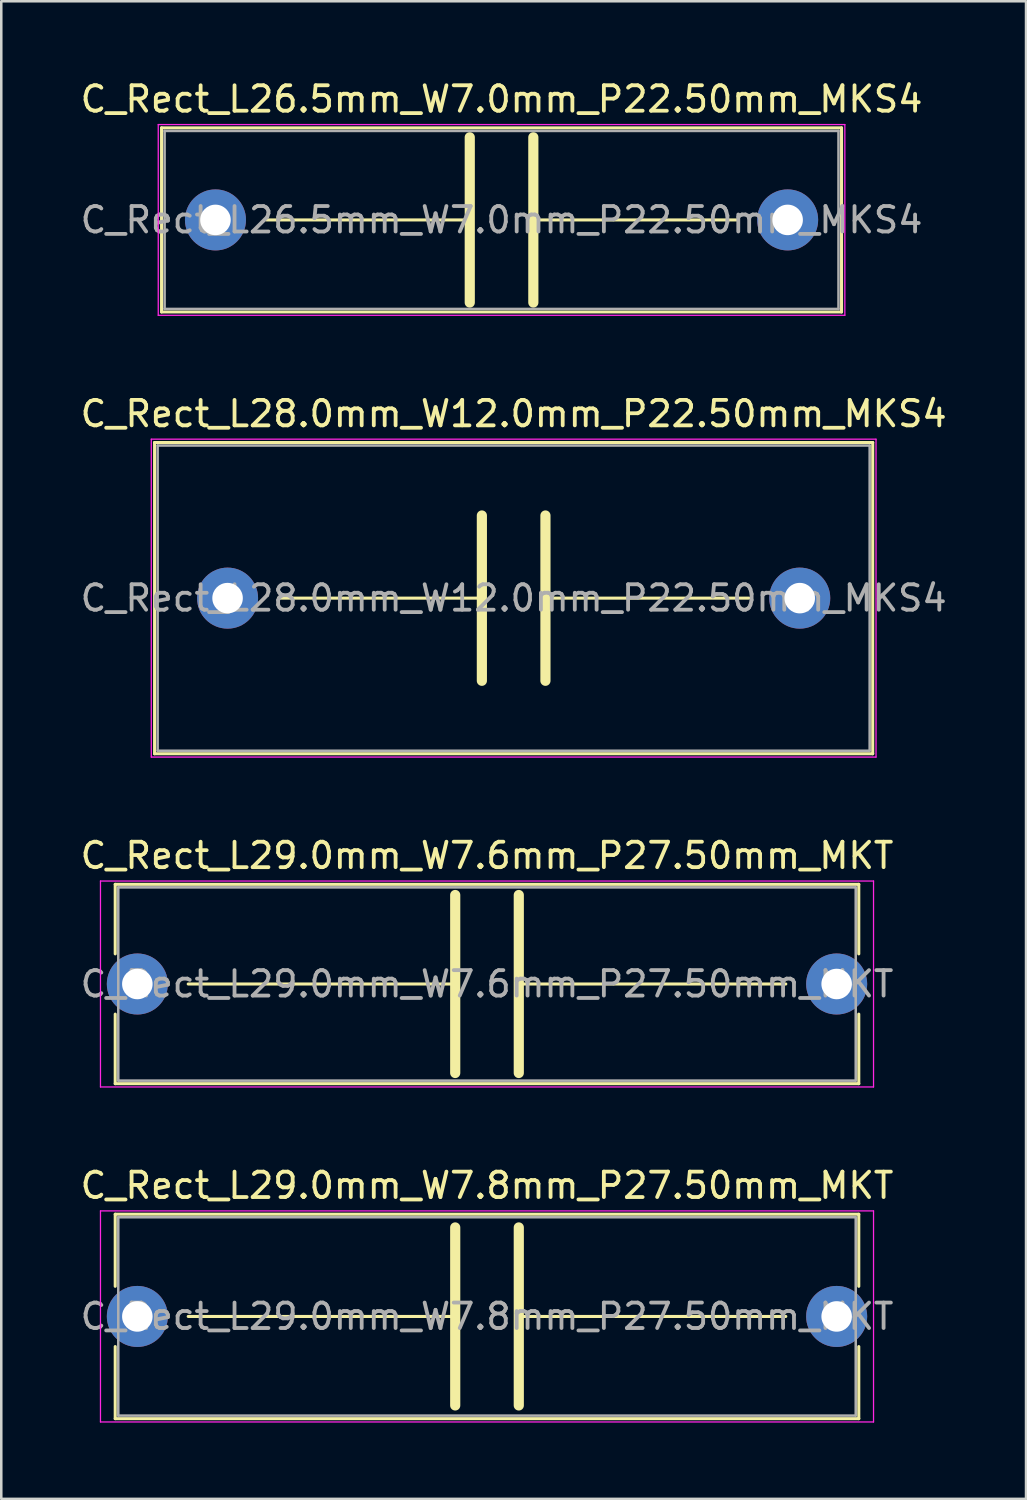
<source format=kicad_pcb>
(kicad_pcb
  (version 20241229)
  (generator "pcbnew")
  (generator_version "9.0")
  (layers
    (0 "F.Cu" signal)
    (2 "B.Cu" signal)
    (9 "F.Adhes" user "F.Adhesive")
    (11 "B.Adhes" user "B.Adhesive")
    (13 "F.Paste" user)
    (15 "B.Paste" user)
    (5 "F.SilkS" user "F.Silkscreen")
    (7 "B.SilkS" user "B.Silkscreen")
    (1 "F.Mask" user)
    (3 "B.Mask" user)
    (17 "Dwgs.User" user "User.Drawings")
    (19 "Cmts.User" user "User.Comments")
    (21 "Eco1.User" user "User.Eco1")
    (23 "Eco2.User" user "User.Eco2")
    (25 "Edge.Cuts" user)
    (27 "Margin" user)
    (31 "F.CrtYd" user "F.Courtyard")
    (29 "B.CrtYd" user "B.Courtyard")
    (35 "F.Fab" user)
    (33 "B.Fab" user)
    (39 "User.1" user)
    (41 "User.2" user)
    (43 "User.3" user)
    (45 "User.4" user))
  (footprint "C_Rect_L26.5mm_W7.0mm_P22.50mm_MKS4"
    (layer "F.Cu")
    (at 5.423 5.598)
    (property "Reference" "C_Rect_L26.5mm_W7.0mm_P22.50mm_MKS4" (at 11.25 -4.75 0) (layer "F.SilkS") (effects (font (size 1 1) (thickness 0.15))))
    (attr through_hole)
    (fp_line (start -2.12 -3.62) (end -2.12 3.62) (stroke (width 0.12) (type solid)) (layer "F.SilkS"))
    (fp_line (start -2.12 -3.62) (end 24.62 -3.62) (stroke (width 0.12) (type solid)) (layer "F.SilkS"))
    (fp_line (start -2.12 3.62) (end 24.62 3.62) (stroke (width 0.12) (type solid)) (layer "F.SilkS"))
    (fp_line (start 2 0) (end 10 0) (stroke (width 0.12) (type solid)) (layer "F.SilkS"))
    (fp_line (start 10 -3.25) (end 10 3.25) (stroke (width 0.4) (type solid)) (layer "F.SilkS"))
    (fp_line (start 12.5 -3.25) (end 12.5 3.25) (stroke (width 0.4) (type solid)) (layer "F.SilkS"))
    (fp_line (start 12.5 0) (end 20.5 0) (stroke (width 0.12) (type solid)) (layer "F.SilkS"))
    (fp_line (start 24.62 -3.62) (end 24.62 3.62) (stroke (width 0.12) (type solid)) (layer "F.SilkS"))
    (fp_line (start -2.25 -3.75) (end -2.25 3.75) (stroke (width 0.05) (type solid)) (layer "F.CrtYd"))
    (fp_line (start -2.25 3.75) (end 24.75 3.75) (stroke (width 0.05) (type solid)) (layer "F.CrtYd"))
    (fp_line (start 24.75 -3.75) (end -2.25 -3.75) (stroke (width 0.05) (type solid)) (layer "F.CrtYd"))
    (fp_line (start 24.75 3.75) (end 24.75 -3.75) (stroke (width 0.05) (type solid)) (layer "F.CrtYd"))
    (fp_line (start -2 -3.5) (end -2 3.5) (stroke (width 0.1) (type solid)) (layer "F.Fab"))
    (fp_line (start -2 3.5) (end 24.5 3.5) (stroke (width 0.1) (type solid)) (layer "F.Fab"))
    (fp_line (start 24.5 -3.5) (end -2 -3.5) (stroke (width 0.1) (type solid)) (layer "F.Fab"))
    (fp_line (start 24.5 3.5) (end 24.5 -3.5) (stroke (width 0.1) (type solid)) (layer "F.Fab"))
    (fp_text user "${REFERENCE}" (at 11.25 0 0) (layer "F.Fab") (effects (font (size 1 1) (thickness 0.15))))
    (pad "1" thru_hole circle (at 0 0) (size 2.4 2.4) (drill 1.2) (layers "*.Cu" "*.Mask"))
    (pad "2" thru_hole circle (at 22.5 0) (size 2.4 2.4) (drill 1.2) (layers "*.Cu" "*.Mask")))
  (footprint "C_Rect_L28.0mm_W12.0mm_P22.50mm_MKS4"
    (layer "F.Cu")
    (at 5.899 20.471)
    (property "Reference" "C_Rect_L28.0mm_W12.0mm_P22.50mm_MKS4" (at 11.25 -7.25 0) (layer "F.SilkS") (effects (font (size 1 1) (thickness 0.15))))
    (attr through_hole)
    (fp_line (start -2.87 -6.12) (end -2.87 6.12) (stroke (width 0.12) (type solid)) (layer "F.SilkS"))
    (fp_line (start -2.87 -6.12) (end 25.37 -6.12) (stroke (width 0.12) (type solid)) (layer "F.SilkS"))
    (fp_line (start -2.87 6.12) (end 25.37 6.12) (stroke (width 0.12) (type solid)) (layer "F.SilkS"))
    (fp_line (start 2 0) (end 10 0) (stroke (width 0.12) (type solid)) (layer "F.SilkS"))
    (fp_line (start 10 -3.25) (end 10 3.25) (stroke (width 0.4) (type solid)) (layer "F.SilkS"))
    (fp_line (start 12.5 -3.25) (end 12.5 3.25) (stroke (width 0.4) (type solid)) (layer "F.SilkS"))
    (fp_line (start 12.5 0) (end 20.5 0) (stroke (width 0.12) (type solid)) (layer "F.SilkS"))
    (fp_line (start 25.37 -6.12) (end 25.37 6.12) (stroke (width 0.12) (type solid)) (layer "F.SilkS"))
    (fp_line (start -3 -6.25) (end -3 6.25) (stroke (width 0.05) (type solid)) (layer "F.CrtYd"))
    (fp_line (start -3 6.25) (end 25.5 6.25) (stroke (width 0.05) (type solid)) (layer "F.CrtYd"))
    (fp_line (start 25.5 -6.25) (end -3 -6.25) (stroke (width 0.05) (type solid)) (layer "F.CrtYd"))
    (fp_line (start 25.5 6.25) (end 25.5 -6.25) (stroke (width 0.05) (type solid)) (layer "F.CrtYd"))
    (fp_line (start -2.75 -6) (end -2.75 6) (stroke (width 0.1) (type solid)) (layer "F.Fab"))
    (fp_line (start -2.75 6) (end 25.25 6) (stroke (width 0.1) (type solid)) (layer "F.Fab"))
    (fp_line (start 25.25 -6) (end -2.75 -6) (stroke (width 0.1) (type solid)) (layer "F.Fab"))
    (fp_line (start 25.25 6) (end 25.25 -6) (stroke (width 0.1) (type solid)) (layer "F.Fab"))
    (fp_text user "${REFERENCE}" (at 11.25 0 0) (layer "F.Fab") (effects (font (size 1 1) (thickness 0.15))))
    (pad "1" thru_hole circle (at 0 0) (size 2.4 2.4) (drill 1.2) (layers "*.Cu" "*.Mask"))
    (pad "2" thru_hole circle (at 22.5 0) (size 2.4 2.4) (drill 1.2) (layers "*.Cu" "*.Mask")))
  (footprint "C_Rect_L29.0mm_W7.8mm_P27.50mm_MKT"
    (layer "F.Cu")
    (at 2.351 48.718)
    (property "Reference" "C_Rect_L29.0mm_W7.8mm_P27.50mm_MKT" (at 13.75 -5.15 0) (layer "F.SilkS") (effects (font (size 1 1) (thickness 0.15))))
    (attr through_hole)
    (fp_line (start -0.87 -4.02) (end -0.87 -1.185) (stroke (width 0.12) (type solid)) (layer "F.SilkS"))
    (fp_line (start -0.87 -4.02) (end 28.37 -4.02) (stroke (width 0.12) (type solid)) (layer "F.SilkS"))
    (fp_line (start -0.87 1.185) (end -0.87 4.02) (stroke (width 0.12) (type solid)) (layer "F.SilkS"))
    (fp_line (start -0.87 4.02) (end 28.37 4.02) (stroke (width 0.12) (type solid)) (layer "F.SilkS"))
    (fp_line (start 2 0) (end 12.5 0) (stroke (width 0.12) (type solid)) (layer "F.SilkS"))
    (fp_line (start 12.5 -3.5) (end 12.5 3.5) (stroke (width 0.4) (type solid)) (layer "F.SilkS"))
    (fp_line (start 15 -3.5) (end 15 3.5) (stroke (width 0.4) (type solid)) (layer "F.SilkS"))
    (fp_line (start 15 0) (end 25.5 0) (stroke (width 0.12) (type solid)) (layer "F.SilkS"))
    (fp_line (start 28.37 -4.02) (end 28.37 -1.185) (stroke (width 0.12) (type solid)) (layer "F.SilkS"))
    (fp_line (start 28.37 1.185) (end 28.37 4.02) (stroke (width 0.12) (type solid)) (layer "F.SilkS"))
    (fp_line (start -1.45 -4.15) (end -1.45 4.15) (stroke (width 0.05) (type solid)) (layer "F.CrtYd"))
    (fp_line (start -1.45 4.15) (end 28.95 4.15) (stroke (width 0.05) (type solid)) (layer "F.CrtYd"))
    (fp_line (start 28.95 -4.15) (end -1.45 -4.15) (stroke (width 0.05) (type solid)) (layer "F.CrtYd"))
    (fp_line (start 28.95 4.15) (end 28.95 -4.15) (stroke (width 0.05) (type solid)) (layer "F.CrtYd"))
    (fp_line (start -0.75 -3.9) (end -0.75 3.9) (stroke (width 0.1) (type solid)) (layer "F.Fab"))
    (fp_line (start -0.75 3.9) (end 28.25 3.9) (stroke (width 0.1) (type solid)) (layer "F.Fab"))
    (fp_line (start 28.25 -3.9) (end -0.75 -3.9) (stroke (width 0.1) (type solid)) (layer "F.Fab"))
    (fp_line (start 28.25 3.9) (end 28.25 -3.9) (stroke (width 0.1) (type solid)) (layer "F.Fab"))
    (fp_text user "${REFERENCE}" (at 13.75 0 0) (layer "F.Fab") (effects (font (size 1 1) (thickness 0.15))))
    (pad "1" thru_hole circle (at 0 0) (size 2.4 2.4) (drill 1.2) (layers "*.Cu" "*.Mask"))
    (pad "2" thru_hole circle (at 27.5 0) (size 2.4 2.4) (drill 1.2) (layers "*.Cu" "*.Mask")))
  (footprint "C_Rect_L29.0mm_W7.6mm_P27.50mm_MKT"
    (layer "F.Cu")
    (at 2.351 35.645)
    (property "Reference" "C_Rect_L29.0mm_W7.6mm_P27.50mm_MKT" (at 13.75 -5.05 0) (layer "F.SilkS") (effects (font (size 1 1) (thickness 0.15))))
    (attr through_hole)
    (fp_line (start -0.87 -3.92) (end -0.87 -1.185) (stroke (width 0.12) (type solid)) (layer "F.SilkS"))
    (fp_line (start -0.87 -3.92) (end 28.37 -3.92) (stroke (width 0.12) (type solid)) (layer "F.SilkS"))
    (fp_line (start -0.87 1.185) (end -0.87 3.92) (stroke (width 0.12) (type solid)) (layer "F.SilkS"))
    (fp_line (start -0.87 3.92) (end 28.37 3.92) (stroke (width 0.12) (type solid)) (layer "F.SilkS"))
    (fp_line (start 2 0) (end 12.5 0) (stroke (width 0.12) (type solid)) (layer "F.SilkS"))
    (fp_line (start 12.5 -3.5) (end 12.5 3.5) (stroke (width 0.4) (type solid)) (layer "F.SilkS"))
    (fp_line (start 15 -3.5) (end 15 3.5) (stroke (width 0.4) (type solid)) (layer "F.SilkS"))
    (fp_line (start 15 0) (end 25.5 0) (stroke (width 0.12) (type solid)) (layer "F.SilkS"))
    (fp_line (start 28.37 -3.92) (end 28.37 -1.185) (stroke (width 0.12) (type solid)) (layer "F.SilkS"))
    (fp_line (start 28.37 1.185) (end 28.37 3.92) (stroke (width 0.12) (type solid)) (layer "F.SilkS"))
    (fp_line (start -1.45 -4.05) (end -1.45 4.05) (stroke (width 0.05) (type solid)) (layer "F.CrtYd"))
    (fp_line (start -1.45 4.05) (end 28.95 4.05) (stroke (width 0.05) (type solid)) (layer "F.CrtYd"))
    (fp_line (start 28.95 -4.05) (end -1.45 -4.05) (stroke (width 0.05) (type solid)) (layer "F.CrtYd"))
    (fp_line (start 28.95 4.05) (end 28.95 -4.05) (stroke (width 0.05) (type solid)) (layer "F.CrtYd"))
    (fp_line (start -0.75 -3.8) (end -0.75 3.8) (stroke (width 0.1) (type solid)) (layer "F.Fab"))
    (fp_line (start -0.75 3.8) (end 28.25 3.8) (stroke (width 0.1) (type solid)) (layer "F.Fab"))
    (fp_line (start 28.25 -3.8) (end -0.75 -3.8) (stroke (width 0.1) (type solid)) (layer "F.Fab"))
    (fp_line (start 28.25 3.8) (end 28.25 -3.8) (stroke (width 0.1) (type solid)) (layer "F.Fab"))
    (fp_text user "${REFERENCE}" (at 13.75 0 0) (layer "F.Fab") (effects (font (size 1 1) (thickness 0.15))))
    (pad "1" thru_hole circle (at 0 0) (size 2.4 2.4) (drill 1.2) (layers "*.Cu" "*.Mask"))
    (pad "2" thru_hole circle (at 27.5 0) (size 2.4 2.4) (drill 1.2) (layers "*.Cu" "*.Mask")))
  (gr_rect
    (start -3 -3)
    (end 37.298 55.893)
    (stroke (width 0.1) (type default))
    (fill no)
    (layer "Edge.Cuts")))
</source>
